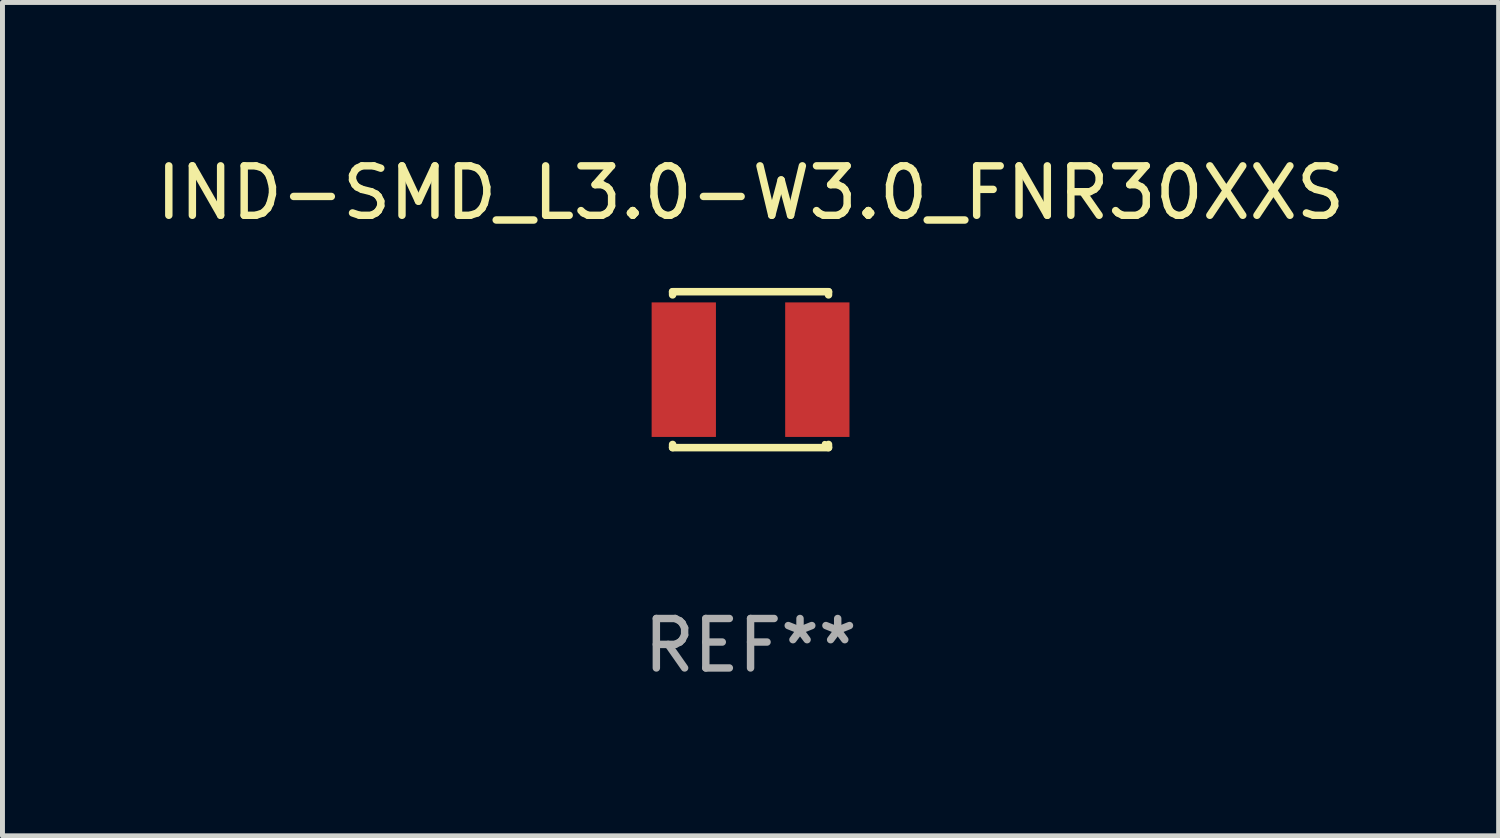
<source format=kicad_pcb>
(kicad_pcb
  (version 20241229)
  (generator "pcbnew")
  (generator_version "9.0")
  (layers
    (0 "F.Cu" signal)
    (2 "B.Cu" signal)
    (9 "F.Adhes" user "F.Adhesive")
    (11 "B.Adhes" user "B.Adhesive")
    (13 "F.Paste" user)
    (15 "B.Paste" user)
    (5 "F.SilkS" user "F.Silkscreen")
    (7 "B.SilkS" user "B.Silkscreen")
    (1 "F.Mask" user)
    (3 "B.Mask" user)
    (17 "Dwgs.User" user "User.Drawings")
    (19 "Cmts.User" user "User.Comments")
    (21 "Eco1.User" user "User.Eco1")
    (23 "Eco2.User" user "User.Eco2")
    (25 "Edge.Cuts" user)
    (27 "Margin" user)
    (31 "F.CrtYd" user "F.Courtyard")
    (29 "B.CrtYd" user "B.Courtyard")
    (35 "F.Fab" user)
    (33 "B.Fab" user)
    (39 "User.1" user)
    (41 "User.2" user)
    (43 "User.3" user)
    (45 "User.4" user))
  (footprint "IND-SMD_L3.0-W3.0_FNR30XXS"
    (layer "F.Cu")
    (at 12.125 4.424)
    (property "Reference" "IND-SMD_L3.0-W3.0_FNR30XXS" (at 0 -3.576 0) (layer "F.SilkS") (effects (font (size 1 1) (thickness 0.15))))
    (attr through_hole)
    (fp_line (start -1.576 -1.576) (end 1.576 -1.576) (stroke (width 0.152) (type solid)) (layer "F.SilkS"))
    (fp_line (start -1.576 -1.512) (end -1.576 -1.576) (stroke (width 0.152) (type solid)) (layer "F.SilkS"))
    (fp_line (start -1.576 1.512) (end -1.576 1.576) (stroke (width 0.152) (type solid)) (layer "F.SilkS"))
    (fp_line (start -1.576 1.576) (end 1.576 1.576) (stroke (width 0.152) (type solid)) (layer "F.SilkS"))
    (fp_line (start 1.576 -1.576) (end 1.576 -1.512) (stroke (width 0.152) (type solid)) (layer "F.SilkS"))
    (fp_line (start 1.576 1.576) (end 1.576 1.512) (stroke (width 0.152) (type solid)) (layer "F.SilkS"))
    (fp_circle (center 1.5 1.5) (end 1.53 1.5) (stroke (width 0.06) (type solid)) (fill no) (layer "F.SilkS"))
    (fp_text user "REF**" (at 0 5.576 0) (layer "F.Fab") (effects (font (size 1 1) (thickness 0.15))))
    (pad "1" smd rect (at 1.35 0) (size 1.3 2.72) (layers "F.Cu" "F.Mask" "F.Paste"))
    (pad "2" smd rect (at -1.35 0) (size 1.3 2.72) (layers "F.Cu" "F.Mask" "F.Paste")))
  (gr_rect
    (start -3 -3)
    (end 27.25 13.849)
    (stroke (width 0.1) (type default))
    (fill no)
    (layer "Edge.Cuts")))
</source>
